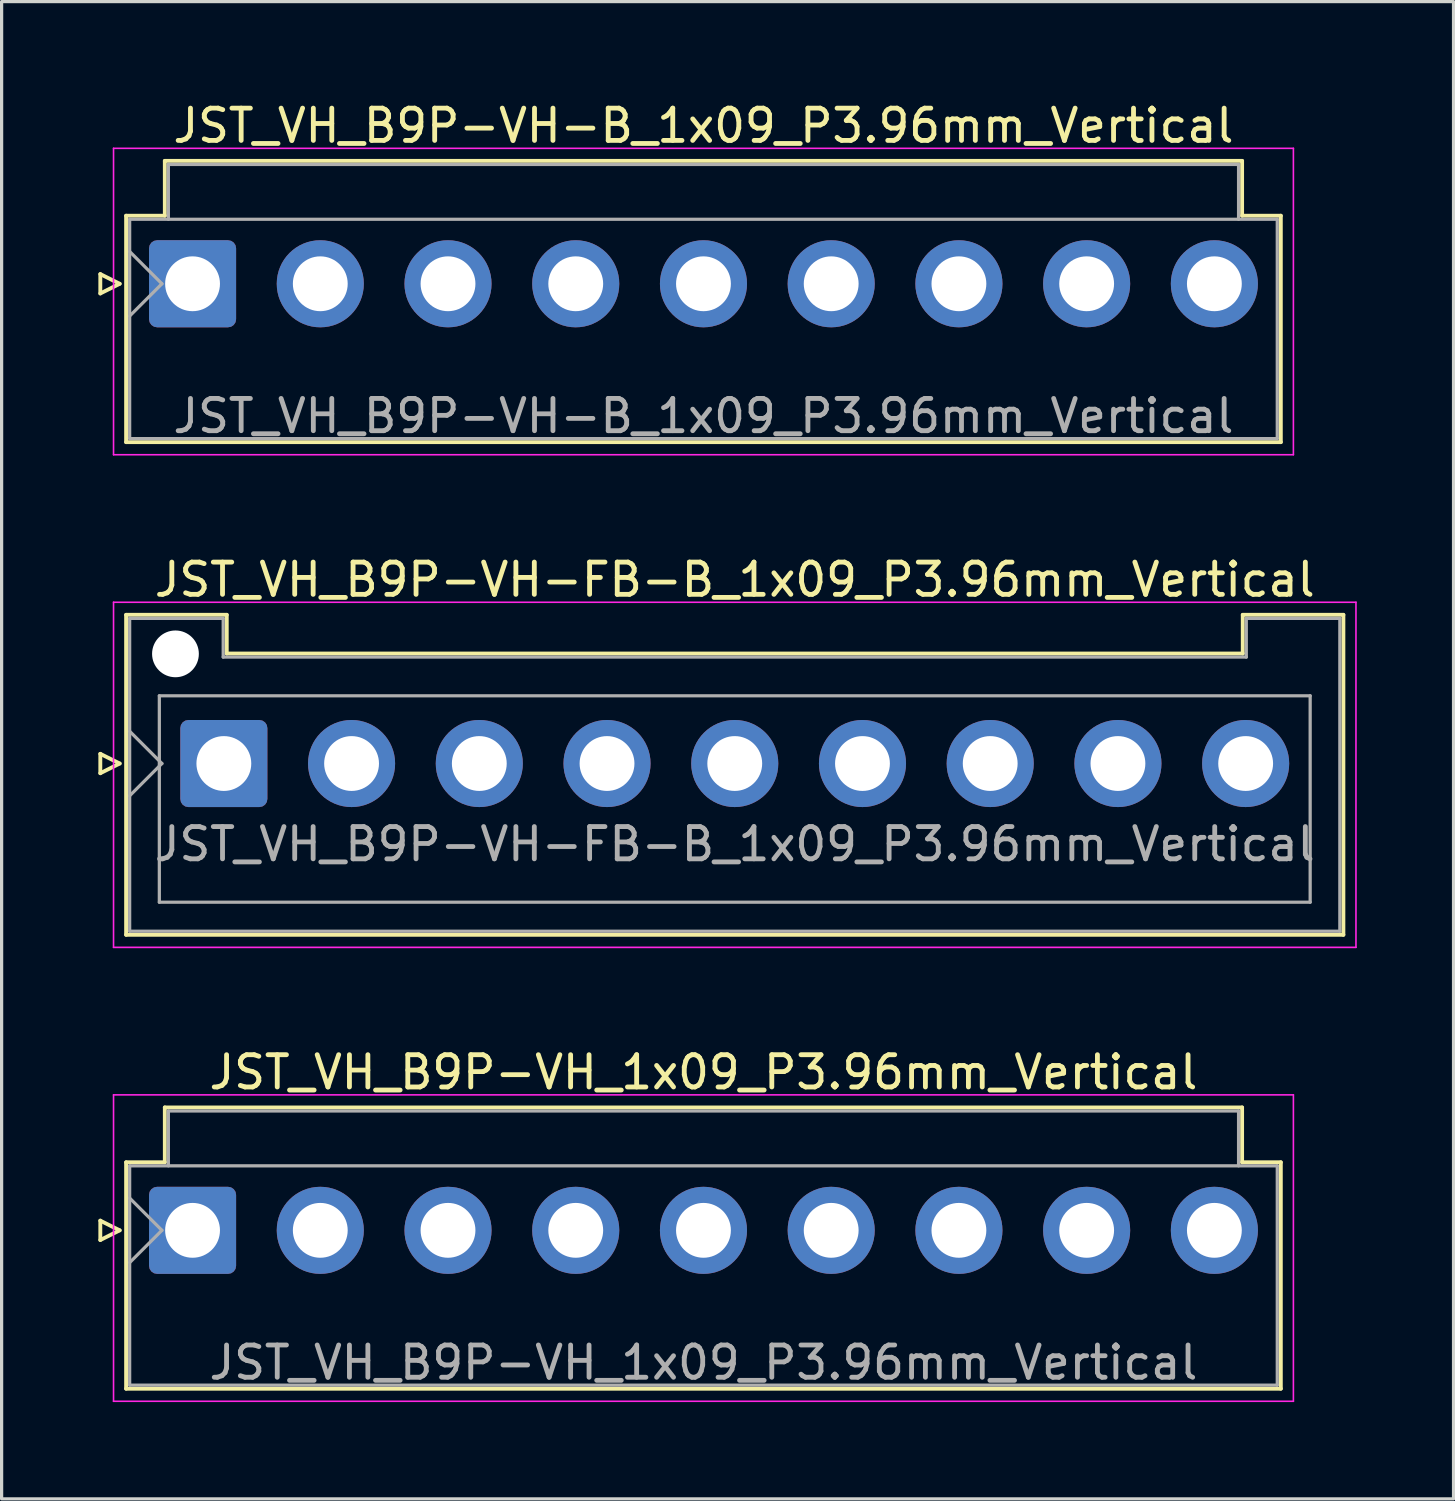
<source format=kicad_pcb>
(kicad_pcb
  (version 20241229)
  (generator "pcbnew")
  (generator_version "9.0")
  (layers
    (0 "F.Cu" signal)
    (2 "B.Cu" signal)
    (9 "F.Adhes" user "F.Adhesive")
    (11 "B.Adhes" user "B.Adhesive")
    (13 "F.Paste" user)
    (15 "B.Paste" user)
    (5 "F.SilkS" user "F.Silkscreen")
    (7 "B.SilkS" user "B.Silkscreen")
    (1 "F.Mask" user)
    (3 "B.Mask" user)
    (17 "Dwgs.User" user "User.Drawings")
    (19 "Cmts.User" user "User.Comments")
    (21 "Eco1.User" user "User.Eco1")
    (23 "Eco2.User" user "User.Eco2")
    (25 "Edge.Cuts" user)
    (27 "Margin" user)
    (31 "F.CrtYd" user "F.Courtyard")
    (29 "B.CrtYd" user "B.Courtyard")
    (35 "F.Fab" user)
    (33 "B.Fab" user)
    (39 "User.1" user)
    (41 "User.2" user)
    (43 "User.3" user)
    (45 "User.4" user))
  (footprint "JST_VH_B9P-VH_1x09_P3.96mm_Vertical"
    (layer "F.Cu")
    (at 2.92 35.095)
    (property "Reference" "JST_VH_B9P-VH_1x09_P3.96mm_Vertical" (at 15.84 -4.9 0) (layer "F.SilkS") (effects (font (size 1 1) (thickness 0.15))))
    (attr through_hole)
    (fp_line (start -2.86 -0.3) (end -2.26 0) (stroke (width 0.12) (type solid)) (layer "F.SilkS"))
    (fp_line (start -2.86 0.3) (end -2.86 -0.3) (stroke (width 0.12) (type solid)) (layer "F.SilkS"))
    (fp_line (start -2.26 0) (end -2.86 0.3) (stroke (width 0.12) (type solid)) (layer "F.SilkS"))
    (fp_line (start -2.06 -2.11) (end -0.86 -2.11) (stroke (width 0.12) (type solid)) (layer "F.SilkS"))
    (fp_line (start -2.06 4.91) (end -2.06 -2.11) (stroke (width 0.12) (type solid)) (layer "F.SilkS"))
    (fp_line (start -0.86 -3.81) (end 32.54 -3.81) (stroke (width 0.12) (type solid)) (layer "F.SilkS"))
    (fp_line (start -0.86 -2.11) (end -0.86 -3.81) (stroke (width 0.12) (type solid)) (layer "F.SilkS"))
    (fp_line (start 32.54 -3.81) (end 32.54 -2.11) (stroke (width 0.12) (type solid)) (layer "F.SilkS"))
    (fp_line (start 32.54 -2.11) (end 33.74 -2.11) (stroke (width 0.12) (type solid)) (layer "F.SilkS"))
    (fp_line (start 33.74 -2.11) (end 33.74 4.91) (stroke (width 0.12) (type solid)) (layer "F.SilkS"))
    (fp_line (start 33.74 4.91) (end -2.06 4.91) (stroke (width 0.12) (type solid)) (layer "F.SilkS"))
    (fp_line (start -2.45 -4.2) (end -2.45 5.3) (stroke (width 0.05) (type solid)) (layer "F.CrtYd"))
    (fp_line (start -2.45 5.3) (end 34.13 5.3) (stroke (width 0.05) (type solid)) (layer "F.CrtYd"))
    (fp_line (start 34.13 -4.2) (end -2.45 -4.2) (stroke (width 0.05) (type solid)) (layer "F.CrtYd"))
    (fp_line (start 34.13 5.3) (end 34.13 -4.2) (stroke (width 0.05) (type solid)) (layer "F.CrtYd"))
    (fp_line (start -1.95 -2) (end -1.95 4.8) (stroke (width 0.1) (type solid)) (layer "F.Fab"))
    (fp_line (start -1.95 -1) (end -0.95 0) (stroke (width 0.1) (type solid)) (layer "F.Fab"))
    (fp_line (start -1.95 1) (end -0.95 0) (stroke (width 0.1) (type solid)) (layer "F.Fab"))
    (fp_line (start -1.95 4.8) (end 33.63 4.8) (stroke (width 0.1) (type solid)) (layer "F.Fab"))
    (fp_line (start -0.75 -3.7) (end 32.43 -3.7) (stroke (width 0.1) (type solid)) (layer "F.Fab"))
    (fp_line (start -0.75 -2) (end -0.75 -3.7) (stroke (width 0.1) (type solid)) (layer "F.Fab"))
    (fp_line (start 32.43 -3.7) (end 32.43 -2) (stroke (width 0.1) (type solid)) (layer "F.Fab"))
    (fp_line (start 33.63 -2) (end -1.95 -2) (stroke (width 0.1) (type solid)) (layer "F.Fab"))
    (fp_line (start 33.63 4.8) (end 33.63 -2) (stroke (width 0.1) (type solid)) (layer "F.Fab"))
    (fp_text user "${REFERENCE}" (at 15.84 4.1 0) (layer "F.Fab") (effects (font (size 1 1) (thickness 0.15))))
    (pad "1" thru_hole roundrect (at 0 0) (size 2.7 2.7) (drill 1.7) (layers "*.Cu" "*.Mask") (roundrect_rratio 0.093))
    (pad "2" thru_hole circle (at 3.96 0) (size 2.7 2.7) (drill 1.7) (layers "*.Cu" "*.Mask"))
    (pad "3" thru_hole circle (at 7.92 0) (size 2.7 2.7) (drill 1.7) (layers "*.Cu" "*.Mask"))
    (pad "4" thru_hole circle (at 11.88 0) (size 2.7 2.7) (drill 1.7) (layers "*.Cu" "*.Mask"))
    (pad "5" thru_hole circle (at 15.84 0) (size 2.7 2.7) (drill 1.7) (layers "*.Cu" "*.Mask"))
    (pad "6" thru_hole circle (at 19.8 0) (size 2.7 2.7) (drill 1.7) (layers "*.Cu" "*.Mask"))
    (pad "7" thru_hole circle (at 23.76 0) (size 2.7 2.7) (drill 1.7) (layers "*.Cu" "*.Mask"))
    (pad "8" thru_hole circle (at 27.72 0) (size 2.7 2.7) (drill 1.7) (layers "*.Cu" "*.Mask"))
    (pad "9" thru_hole circle (at 31.68 0) (size 2.7 2.7) (drill 1.7) (layers "*.Cu" "*.Mask")))
  (footprint "JST_VH_B9P-VH-B_1x09_P3.96mm_Vertical"
    (layer "F.Cu")
    (at 2.92 5.748)
    (property "Reference" "JST_VH_B9P-VH-B_1x09_P3.96mm_Vertical" (at 15.84 -4.9 0) (layer "F.SilkS") (effects (font (size 1 1) (thickness 0.15))))
    (attr through_hole)
    (fp_line (start -2.86 -0.3) (end -2.26 0) (stroke (width 0.12) (type solid)) (layer "F.SilkS"))
    (fp_line (start -2.86 0.3) (end -2.86 -0.3) (stroke (width 0.12) (type solid)) (layer "F.SilkS"))
    (fp_line (start -2.26 0) (end -2.86 0.3) (stroke (width 0.12) (type solid)) (layer "F.SilkS"))
    (fp_line (start -2.06 -2.11) (end -0.86 -2.11) (stroke (width 0.12) (type solid)) (layer "F.SilkS"))
    (fp_line (start -2.06 4.91) (end -2.06 -2.11) (stroke (width 0.12) (type solid)) (layer "F.SilkS"))
    (fp_line (start -0.86 -3.81) (end 32.54 -3.81) (stroke (width 0.12) (type solid)) (layer "F.SilkS"))
    (fp_line (start -0.86 -2.11) (end -0.86 -3.81) (stroke (width 0.12) (type solid)) (layer "F.SilkS"))
    (fp_line (start 32.54 -3.81) (end 32.54 -2.11) (stroke (width 0.12) (type solid)) (layer "F.SilkS"))
    (fp_line (start 32.54 -2.11) (end 33.74 -2.11) (stroke (width 0.12) (type solid)) (layer "F.SilkS"))
    (fp_line (start 33.74 -2.11) (end 33.74 4.91) (stroke (width 0.12) (type solid)) (layer "F.SilkS"))
    (fp_line (start 33.74 4.91) (end -2.06 4.91) (stroke (width 0.12) (type solid)) (layer "F.SilkS"))
    (fp_line (start -2.45 -4.2) (end -2.45 5.3) (stroke (width 0.05) (type solid)) (layer "F.CrtYd"))
    (fp_line (start -2.45 5.3) (end 34.13 5.3) (stroke (width 0.05) (type solid)) (layer "F.CrtYd"))
    (fp_line (start 34.13 -4.2) (end -2.45 -4.2) (stroke (width 0.05) (type solid)) (layer "F.CrtYd"))
    (fp_line (start 34.13 5.3) (end 34.13 -4.2) (stroke (width 0.05) (type solid)) (layer "F.CrtYd"))
    (fp_line (start -1.95 -2) (end -1.95 4.8) (stroke (width 0.1) (type solid)) (layer "F.Fab"))
    (fp_line (start -1.95 -1) (end -0.95 0) (stroke (width 0.1) (type solid)) (layer "F.Fab"))
    (fp_line (start -1.95 1) (end -0.95 0) (stroke (width 0.1) (type solid)) (layer "F.Fab"))
    (fp_line (start -1.95 4.8) (end 33.63 4.8) (stroke (width 0.1) (type solid)) (layer "F.Fab"))
    (fp_line (start -0.75 -3.7) (end 32.43 -3.7) (stroke (width 0.1) (type solid)) (layer "F.Fab"))
    (fp_line (start -0.75 -2) (end -0.75 -3.7) (stroke (width 0.1) (type solid)) (layer "F.Fab"))
    (fp_line (start 32.43 -3.7) (end 32.43 -2) (stroke (width 0.1) (type solid)) (layer "F.Fab"))
    (fp_line (start 33.63 -2) (end -1.95 -2) (stroke (width 0.1) (type solid)) (layer "F.Fab"))
    (fp_line (start 33.63 4.8) (end 33.63 -2) (stroke (width 0.1) (type solid)) (layer "F.Fab"))
    (fp_text user "${REFERENCE}" (at 15.84 4.1 0) (layer "F.Fab") (effects (font (size 1 1) (thickness 0.15))))
    (pad "1" thru_hole roundrect (at 0 0) (size 2.7 2.7) (drill 1.7) (layers "*.Cu" "*.Mask") (roundrect_rratio 0.093))
    (pad "2" thru_hole circle (at 3.96 0) (size 2.7 2.7) (drill 1.7) (layers "*.Cu" "*.Mask"))
    (pad "3" thru_hole circle (at 7.92 0) (size 2.7 2.7) (drill 1.7) (layers "*.Cu" "*.Mask"))
    (pad "4" thru_hole circle (at 11.88 0) (size 2.7 2.7) (drill 1.7) (layers "*.Cu" "*.Mask"))
    (pad "5" thru_hole circle (at 15.84 0) (size 2.7 2.7) (drill 1.7) (layers "*.Cu" "*.Mask"))
    (pad "6" thru_hole circle (at 19.8 0) (size 2.7 2.7) (drill 1.7) (layers "*.Cu" "*.Mask"))
    (pad "7" thru_hole circle (at 23.76 0) (size 2.7 2.7) (drill 1.7) (layers "*.Cu" "*.Mask"))
    (pad "8" thru_hole circle (at 27.72 0) (size 2.7 2.7) (drill 1.7) (layers "*.Cu" "*.Mask"))
    (pad "9" thru_hole circle (at 31.68 0) (size 2.7 2.7) (drill 1.7) (layers "*.Cu" "*.Mask")))
  (footprint "JST_VH_B9P-VH-FB-B_1x09_P3.96mm_Vertical"
    (layer "F.Cu")
    (at 3.89 20.622)
    (property "Reference" "JST_VH_B9P-VH-FB-B_1x09_P3.96mm_Vertical" (at 15.84 -5.7 0) (layer "F.SilkS") (effects (font (size 1 1) (thickness 0.15))))
    (attr through_hole)
    (fp_line (start -3.83 -0.3) (end -3.23 0) (stroke (width 0.12) (type solid)) (layer "F.SilkS"))
    (fp_line (start -3.83 0.3) (end -3.83 -0.3) (stroke (width 0.12) (type solid)) (layer "F.SilkS"))
    (fp_line (start -3.23 0) (end -3.83 0.3) (stroke (width 0.12) (type solid)) (layer "F.SilkS"))
    (fp_line (start -3.03 -4.61) (end 0.09 -4.61) (stroke (width 0.12) (type solid)) (layer "F.SilkS"))
    (fp_line (start -3.03 5.31) (end -3.03 -4.61) (stroke (width 0.12) (type solid)) (layer "F.SilkS"))
    (fp_line (start 0.09 -4.61) (end 0.09 -3.41) (stroke (width 0.12) (type solid)) (layer "F.SilkS"))
    (fp_line (start 0.09 -3.41) (end 31.59 -3.41) (stroke (width 0.12) (type solid)) (layer "F.SilkS"))
    (fp_line (start 31.59 -4.61) (end 34.71 -4.61) (stroke (width 0.12) (type solid)) (layer "F.SilkS"))
    (fp_line (start 31.59 -3.41) (end 31.59 -4.61) (stroke (width 0.12) (type solid)) (layer "F.SilkS"))
    (fp_line (start 34.71 -4.61) (end 34.71 5.31) (stroke (width 0.12) (type solid)) (layer "F.SilkS"))
    (fp_line (start 34.71 5.31) (end -3.03 5.31) (stroke (width 0.12) (type solid)) (layer "F.SilkS"))
    (fp_line (start -3.42 -5) (end -3.42 5.7) (stroke (width 0.05) (type solid)) (layer "F.CrtYd"))
    (fp_line (start -3.42 5.7) (end 35.1 5.7) (stroke (width 0.05) (type solid)) (layer "F.CrtYd"))
    (fp_line (start 35.1 -5) (end -3.42 -5) (stroke (width 0.05) (type solid)) (layer "F.CrtYd"))
    (fp_line (start 35.1 5.7) (end 35.1 -5) (stroke (width 0.05) (type solid)) (layer "F.CrtYd"))
    (fp_line (start -2.92 -4.5) (end -0.02 -4.5) (stroke (width 0.1) (type solid)) (layer "F.Fab"))
    (fp_line (start -2.92 -1) (end -1.92 0) (stroke (width 0.1) (type solid)) (layer "F.Fab"))
    (fp_line (start -2.92 1) (end -1.92 0) (stroke (width 0.1) (type solid)) (layer "F.Fab"))
    (fp_line (start -2.92 5.2) (end -2.92 -4.5) (stroke (width 0.1) (type solid)) (layer "F.Fab"))
    (fp_line (start -2 -2.1) (end 33.68 -2.1) (stroke (width 0.1) (type solid)) (layer "F.Fab"))
    (fp_line (start -2 4.3) (end -2 -2.1) (stroke (width 0.1) (type solid)) (layer "F.Fab"))
    (fp_line (start -0.02 -4.5) (end -0.02 -3.3) (stroke (width 0.1) (type solid)) (layer "F.Fab"))
    (fp_line (start -0.02 -3.3) (end 31.7 -3.3) (stroke (width 0.1) (type solid)) (layer "F.Fab"))
    (fp_line (start 31.7 -4.5) (end 34.6 -4.5) (stroke (width 0.1) (type solid)) (layer "F.Fab"))
    (fp_line (start 31.7 -3.3) (end 31.7 -4.5) (stroke (width 0.1) (type solid)) (layer "F.Fab"))
    (fp_line (start 33.68 -2.1) (end 33.68 4.3) (stroke (width 0.1) (type solid)) (layer "F.Fab"))
    (fp_line (start 33.68 4.3) (end -2 4.3) (stroke (width 0.1) (type solid)) (layer "F.Fab"))
    (fp_line (start 34.6 -4.5) (end 34.6 5.2) (stroke (width 0.1) (type solid)) (layer "F.Fab"))
    (fp_line (start 34.6 5.2) (end -2.92 5.2) (stroke (width 0.1) (type solid)) (layer "F.Fab"))
    (fp_text user "${REFERENCE}" (at 15.84 2.5 0) (layer "F.Fab") (effects (font (size 1 1) (thickness 0.15))))
    (pad "" np_thru_hole circle (at -1.5 -3.4) (size 1.45 1.45) (drill 1.45) (layers "*.Cu" "*.Mask"))
    (pad "1" thru_hole roundrect (at 0 0) (size 2.7 2.7) (drill 1.7) (layers "*.Cu" "*.Mask") (roundrect_rratio 0.093))
    (pad "2" thru_hole circle (at 3.96 0) (size 2.7 2.7) (drill 1.7) (layers "*.Cu" "*.Mask"))
    (pad "3" thru_hole circle (at 7.92 0) (size 2.7 2.7) (drill 1.7) (layers "*.Cu" "*.Mask"))
    (pad "4" thru_hole circle (at 11.88 0) (size 2.7 2.7) (drill 1.7) (layers "*.Cu" "*.Mask"))
    (pad "5" thru_hole circle (at 15.84 0) (size 2.7 2.7) (drill 1.7) (layers "*.Cu" "*.Mask"))
    (pad "6" thru_hole circle (at 19.8 0) (size 2.7 2.7) (drill 1.7) (layers "*.Cu" "*.Mask"))
    (pad "7" thru_hole circle (at 23.76 0) (size 2.7 2.7) (drill 1.7) (layers "*.Cu" "*.Mask"))
    (pad "8" thru_hole circle (at 27.72 0) (size 2.7 2.7) (drill 1.7) (layers "*.Cu" "*.Mask"))
    (pad "9" thru_hole circle (at 31.68 0) (size 2.7 2.7) (drill 1.7) (layers "*.Cu" "*.Mask")))
  (gr_rect
    (start -3 -3)
    (end 42.015 43.42)
    (stroke (width 0.1) (type default))
    (fill no)
    (layer "Edge.Cuts")))
</source>
